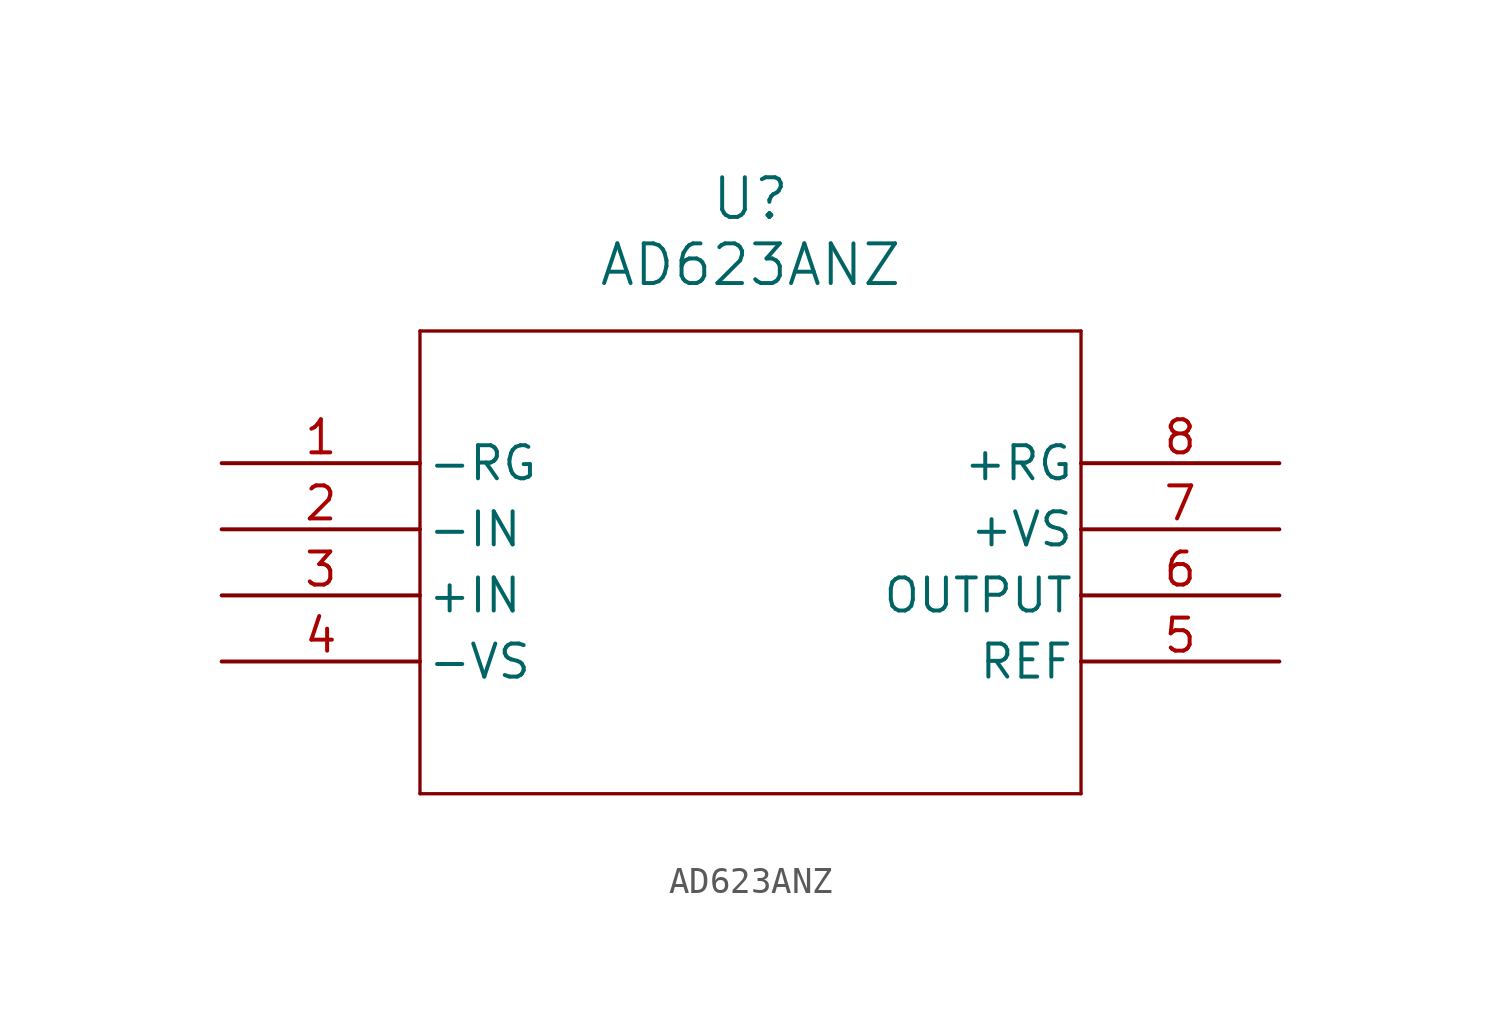
<source format=kicad_sym>
(kicad_symbol_lib
  (version 20220914)
  (generator kicad_symbol_editor)
  (symbol "AD623ANZ"
    (pin_names
      (offset 0.254))
    (property "Reference" "U"
      (at 20.32 10.16 0)
      (effects (font (size 1.524 1.524))))
    (property "Value" "AD623ANZ"
      (at 20.32 7.62 0)
      (effects (font (size 1.524 1.524))))
    (symbol "AD623ANZ_1_1"
      (polyline (pts (xy 7.62 -12.7) (xy 33.02 -12.7)) (stroke (width 0.127) (type default)) (fill (type none)))
      (polyline (pts (xy 7.62 5.08) (xy 7.62 -12.7)) (stroke (width 0.127) (type default)) (fill (type none)))
      (polyline (pts (xy 33.02 -12.7) (xy 33.02 5.08)) (stroke (width 0.127) (type default)) (fill (type none)))
      (polyline (pts (xy 33.02 5.08) (xy 7.62 5.08)) (stroke (width 0.127) (type default)) (fill (type none)))
      (pin unspecified line (at 0 0 0) (length 7.62) (name "-RG" (effects (font (size 1.27 1.27)))) (number "1" (effects (font (size 1.27 1.27)))))
      (pin unspecified line (at 0 -2.54 0) (length 7.62) (name "-IN" (effects (font (size 1.27 1.27)))) (number "2" (effects (font (size 1.27 1.27)))))
      (pin unspecified line (at 0 -5.08 0) (length 7.62) (name "+IN" (effects (font (size 1.27 1.27)))) (number "3" (effects (font (size 1.27 1.27)))))
      (pin power_in line (at 0 -7.62 0) (length 7.62) (name "-VS" (effects (font (size 1.27 1.27)))) (number "4" (effects (font (size 1.27 1.27)))))
      (pin unspecified line (at 40.64 -7.62 180) (length 7.62) (name "REF" (effects (font (size 1.27 1.27)))) (number "5" (effects (font (size 1.27 1.27)))))
      (pin unspecified line (at 40.64 -5.08 180) (length 7.62) (name "OUTPUT" (effects (font (size 1.27 1.27)))) (number "6" (effects (font (size 1.27 1.27)))))
      (pin power_in line (at 40.64 -2.54 180) (length 7.62) (name "+VS" (effects (font (size 1.27 1.27)))) (number "7" (effects (font (size 1.27 1.27)))))
      (pin unspecified line (at 40.64 0 180) (length 7.62) (name "+RG" (effects (font (size 1.27 1.27)))) (number "8" (effects (font (size 1.27 1.27))))))))
</source>
